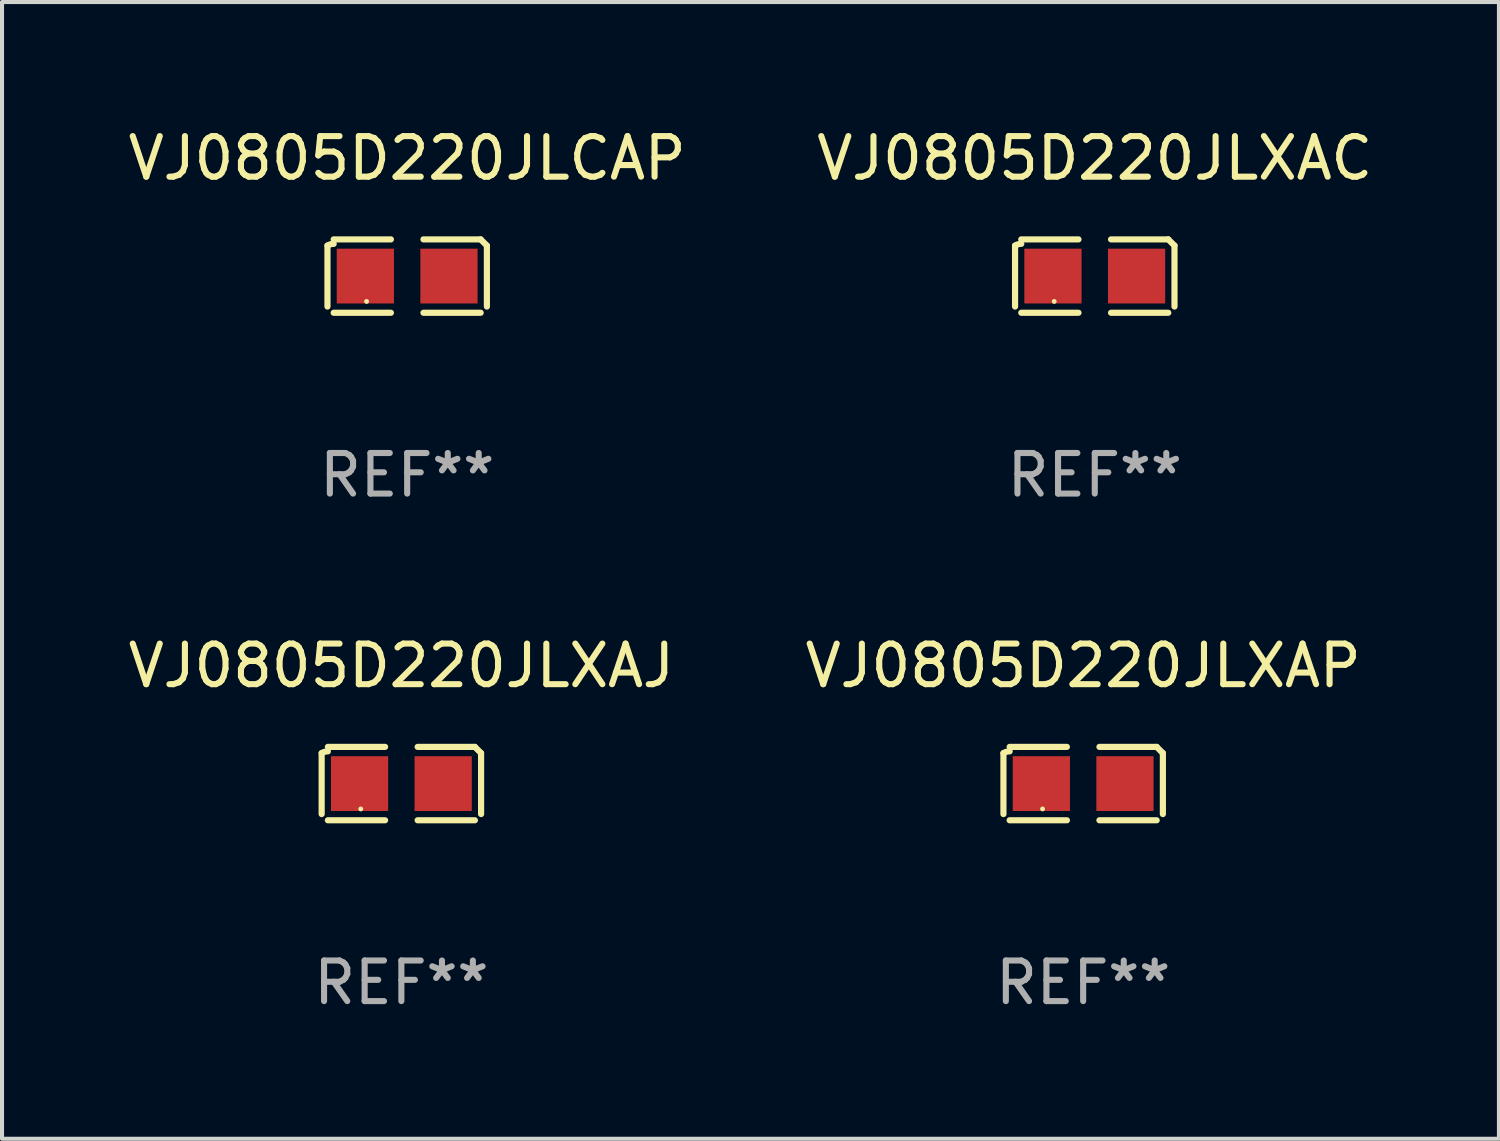
<source format=kicad_pcb>
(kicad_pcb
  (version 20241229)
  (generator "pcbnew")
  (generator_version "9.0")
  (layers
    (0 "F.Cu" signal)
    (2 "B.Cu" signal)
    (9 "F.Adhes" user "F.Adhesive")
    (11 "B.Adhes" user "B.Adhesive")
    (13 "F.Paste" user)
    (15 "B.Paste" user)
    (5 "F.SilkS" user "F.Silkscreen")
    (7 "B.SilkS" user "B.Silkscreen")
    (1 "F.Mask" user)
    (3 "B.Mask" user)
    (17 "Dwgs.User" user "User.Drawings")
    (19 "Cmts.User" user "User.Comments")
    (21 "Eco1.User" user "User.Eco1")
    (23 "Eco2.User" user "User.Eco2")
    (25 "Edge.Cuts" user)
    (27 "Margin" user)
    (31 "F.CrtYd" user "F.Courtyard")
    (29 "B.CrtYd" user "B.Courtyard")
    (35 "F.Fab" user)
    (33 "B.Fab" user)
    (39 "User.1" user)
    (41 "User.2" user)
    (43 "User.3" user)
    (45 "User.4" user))
  (footprint "VJ0805D220JLXAJ"
    (layer "F.Cu")
    (at 6.839 16.256)
    (property "Reference" "VJ0805D220JLXAJ" (at 0 -2.904 0) (layer "F.SilkS") (effects (font (size 1 1) (thickness 0.15))))
    (attr through_hole)
    (fp_line (start -1.964 0.751) (end -1.964 -0.751) (stroke (width 0.152) (type solid)) (layer "F.SilkS"))
    (fp_line (start -1.811 -0.904) (end -0.401 -0.904) (stroke (width 0.152) (type solid)) (layer "F.SilkS"))
    (fp_line (start -0.401 0.904) (end -1.811 0.904) (stroke (width 0.152) (type solid)) (layer "F.SilkS"))
    (fp_line (start 0.401 0.904) (end 1.811 0.904) (stroke (width 0.152) (type solid)) (layer "F.SilkS"))
    (fp_line (start 1.811 -0.904) (end 0.401 -0.904) (stroke (width 0.152) (type solid)) (layer "F.SilkS"))
    (fp_line (start 1.964 0.751) (end 1.964 -0.751) (stroke (width 0.152) (type solid)) (layer "F.SilkS"))
    (fp_arc (start -1.963602 -0.751207) (mid -1.890354 -0.783131) (end -1.811201 -0.794044) (stroke (width 0.1524) (type solid)) (layer "F.SilkS"))
    (fp_arc (start 1.811202 -0.903607) (mid 1.887413 -0.827418) (end 1.963602 -0.751207) (stroke (width 0.1524) (type solid)) (layer "F.SilkS"))
    (fp_circle (center -1 0.625) (end -0.97 0.625) (stroke (width 0.06) (type solid)) (fill no) (layer "F.SilkS"))
    (fp_text user "REF**" (at 0 4.904 0) (layer "F.Fab") (effects (font (size 1 1) (thickness 0.15))))
    (pad "1" smd rect (at -1.03 0) (size 1.41 1.35) (layers "F.Cu" "F.Mask" "F.Paste"))
    (pad "2" smd rect (at 1.03 0) (size 1.41 1.35) (layers "F.Cu" "F.Mask" "F.Paste")))
  (footprint "VJ0805D220JLXAP"
    (layer "F.Cu")
    (at 23.637 16.256)
    (property "Reference" "VJ0805D220JLXAP" (at 0 -2.904 0) (layer "F.SilkS") (effects (font (size 1 1) (thickness 0.15))))
    (attr through_hole)
    (fp_line (start -1.964 0.751) (end -1.964 -0.751) (stroke (width 0.152) (type solid)) (layer "F.SilkS"))
    (fp_line (start -1.811 -0.904) (end -0.401 -0.904) (stroke (width 0.152) (type solid)) (layer "F.SilkS"))
    (fp_line (start -0.401 0.904) (end -1.811 0.904) (stroke (width 0.152) (type solid)) (layer "F.SilkS"))
    (fp_line (start 0.401 0.904) (end 1.811 0.904) (stroke (width 0.152) (type solid)) (layer "F.SilkS"))
    (fp_line (start 1.811 -0.904) (end 0.401 -0.904) (stroke (width 0.152) (type solid)) (layer "F.SilkS"))
    (fp_line (start 1.964 0.751) (end 1.964 -0.751) (stroke (width 0.152) (type solid)) (layer "F.SilkS"))
    (fp_arc (start -1.963602 -0.751207) (mid -1.890354 -0.783131) (end -1.811201 -0.794044) (stroke (width 0.1524) (type solid)) (layer "F.SilkS"))
    (fp_arc (start 1.811202 -0.903607) (mid 1.887413 -0.827418) (end 1.963602 -0.751207) (stroke (width 0.1524) (type solid)) (layer "F.SilkS"))
    (fp_circle (center -1 0.625) (end -0.97 0.625) (stroke (width 0.06) (type solid)) (fill no) (layer "F.SilkS"))
    (fp_text user "REF**" (at 0 4.904 0) (layer "F.Fab") (effects (font (size 1 1) (thickness 0.15))))
    (pad "1" smd rect (at -1.03 0) (size 1.41 1.35) (layers "F.Cu" "F.Mask" "F.Paste"))
    (pad "2" smd rect (at 1.03 0) (size 1.41 1.35) (layers "F.Cu" "F.Mask" "F.Paste")))
  (footprint "VJ0805D220JLCAP"
    (layer "F.Cu")
    (at 6.982 3.752)
    (property "Reference" "VJ0805D220JLCAP" (at 0 -2.904 0) (layer "F.SilkS") (effects (font (size 1 1) (thickness 0.15))))
    (attr through_hole)
    (fp_line (start -1.964 0.751) (end -1.964 -0.751) (stroke (width 0.152) (type solid)) (layer "F.SilkS"))
    (fp_line (start -1.811 -0.904) (end -0.401 -0.904) (stroke (width 0.152) (type solid)) (layer "F.SilkS"))
    (fp_line (start -0.401 0.904) (end -1.811 0.904) (stroke (width 0.152) (type solid)) (layer "F.SilkS"))
    (fp_line (start 0.401 0.904) (end 1.811 0.904) (stroke (width 0.152) (type solid)) (layer "F.SilkS"))
    (fp_line (start 1.811 -0.904) (end 0.401 -0.904) (stroke (width 0.152) (type solid)) (layer "F.SilkS"))
    (fp_line (start 1.964 0.751) (end 1.964 -0.751) (stroke (width 0.152) (type solid)) (layer "F.SilkS"))
    (fp_arc (start -1.963602 -0.751207) (mid -1.890354 -0.783131) (end -1.811201 -0.794044) (stroke (width 0.1524) (type solid)) (layer "F.SilkS"))
    (fp_arc (start 1.811202 -0.903607) (mid 1.887413 -0.827418) (end 1.963602 -0.751207) (stroke (width 0.1524) (type solid)) (layer "F.SilkS"))
    (fp_circle (center -1 0.625) (end -0.97 0.625) (stroke (width 0.06) (type solid)) (fill no) (layer "F.SilkS"))
    (fp_text user "REF**" (at 0 4.904 0) (layer "F.Fab") (effects (font (size 1 1) (thickness 0.15))))
    (pad "1" smd rect (at -1.03 0) (size 1.41 1.35) (layers "F.Cu" "F.Mask" "F.Paste"))
    (pad "2" smd rect (at 1.03 0) (size 1.41 1.35) (layers "F.Cu" "F.Mask" "F.Paste")))
  (footprint "VJ0805D220JLXAC"
    (layer "F.Cu")
    (at 23.923 3.752)
    (property "Reference" "VJ0805D220JLXAC" (at 0 -2.904 0) (layer "F.SilkS") (effects (font (size 1 1) (thickness 0.15))))
    (attr through_hole)
    (fp_line (start -1.964 0.751) (end -1.964 -0.751) (stroke (width 0.152) (type solid)) (layer "F.SilkS"))
    (fp_line (start -1.811 -0.904) (end -0.401 -0.904) (stroke (width 0.152) (type solid)) (layer "F.SilkS"))
    (fp_line (start -0.401 0.904) (end -1.811 0.904) (stroke (width 0.152) (type solid)) (layer "F.SilkS"))
    (fp_line (start 0.401 0.904) (end 1.811 0.904) (stroke (width 0.152) (type solid)) (layer "F.SilkS"))
    (fp_line (start 1.811 -0.904) (end 0.401 -0.904) (stroke (width 0.152) (type solid)) (layer "F.SilkS"))
    (fp_line (start 1.964 0.751) (end 1.964 -0.751) (stroke (width 0.152) (type solid)) (layer "F.SilkS"))
    (fp_arc (start -1.963602 -0.751207) (mid -1.890354 -0.783131) (end -1.811201 -0.794044) (stroke (width 0.1524) (type solid)) (layer "F.SilkS"))
    (fp_arc (start 1.811202 -0.903607) (mid 1.887413 -0.827418) (end 1.963602 -0.751207) (stroke (width 0.1524) (type solid)) (layer "F.SilkS"))
    (fp_circle (center -1 0.625) (end -0.97 0.625) (stroke (width 0.06) (type solid)) (fill no) (layer "F.SilkS"))
    (fp_text user "REF**" (at 0 4.904 0) (layer "F.Fab") (effects (font (size 1 1) (thickness 0.15))))
    (pad "1" smd rect (at -1.03 0) (size 1.41 1.35) (layers "F.Cu" "F.Mask" "F.Paste"))
    (pad "2" smd rect (at 1.03 0) (size 1.41 1.35) (layers "F.Cu" "F.Mask" "F.Paste")))
  (gr_rect
    (start -3 -3)
    (end 33.881 25.007)
    (stroke (width 0.1) (type default))
    (fill no)
    (layer "Edge.Cuts")))
</source>
